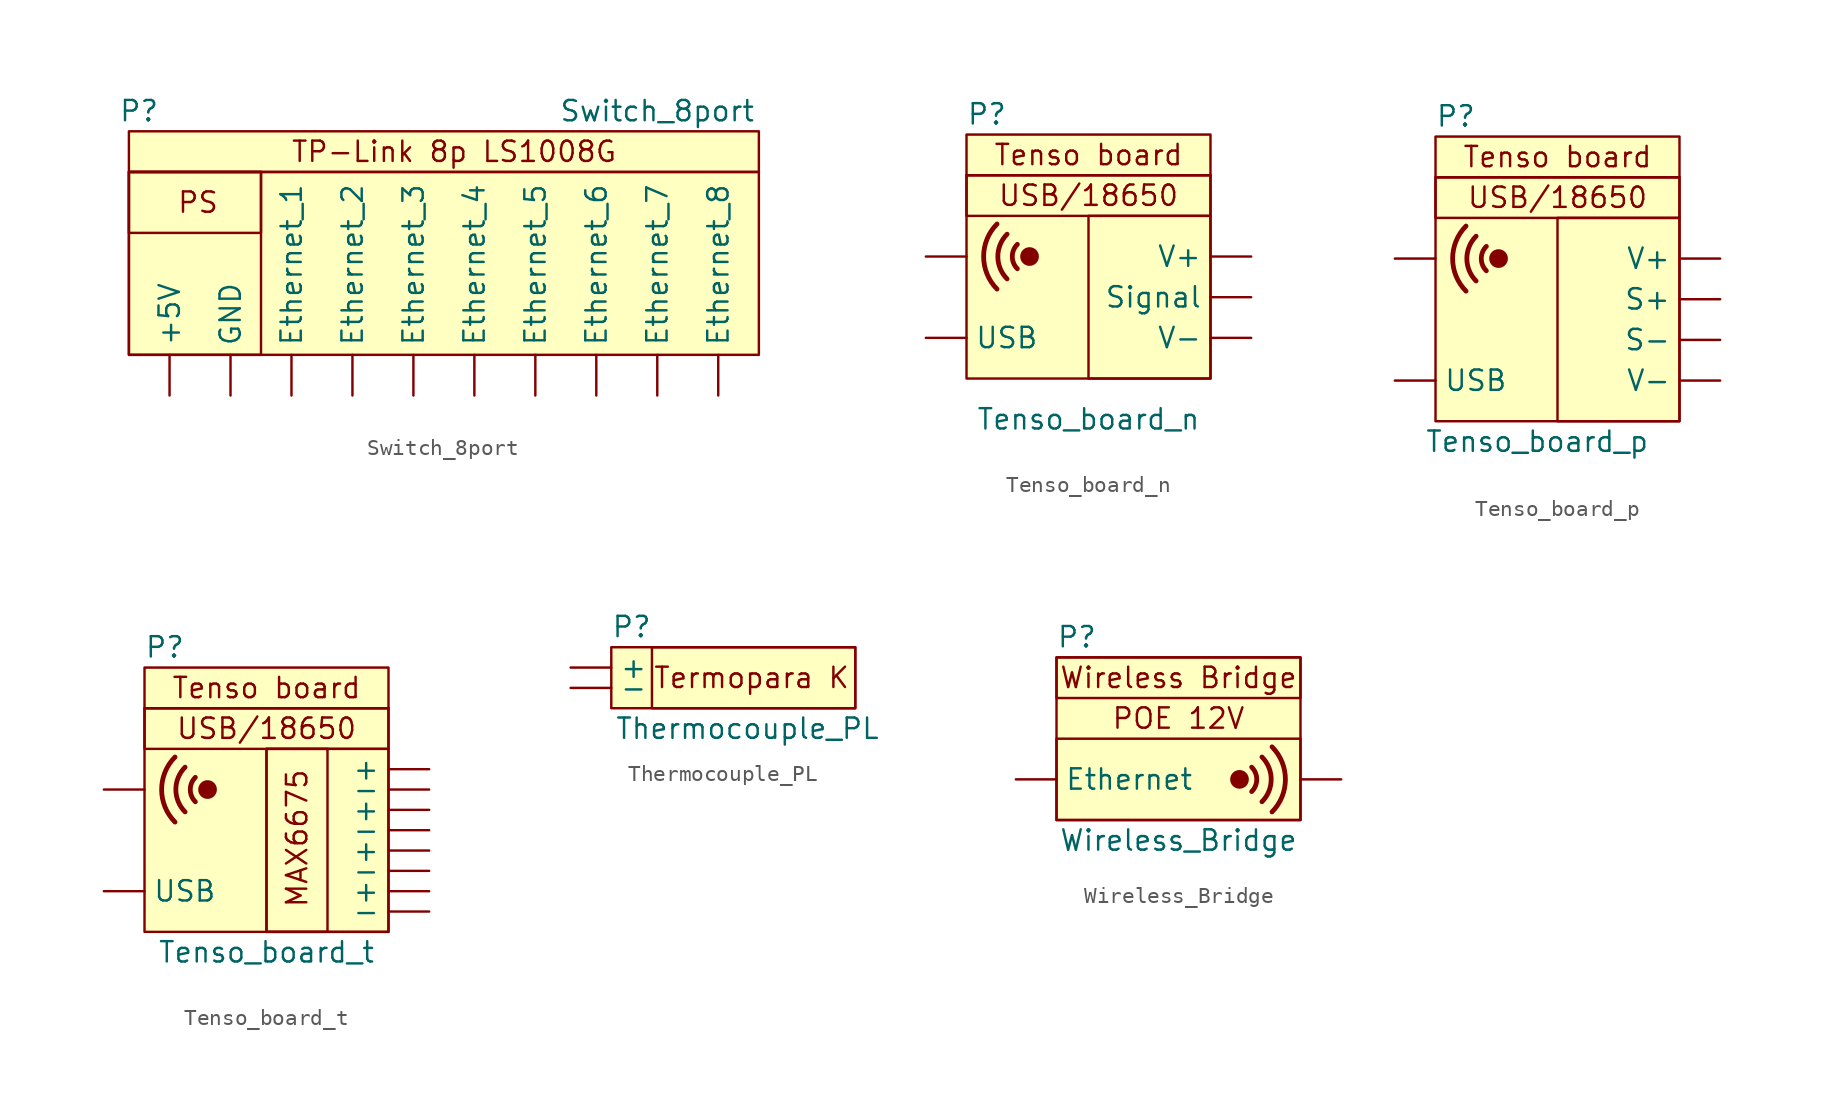
<source format=kicad_sym>
(kicad_symbol_lib
  (version 20211014)
  (generator kicad_symbol_editor)
  (symbol "Switch_8port"
    (property "Reference" "P"
      (at -20.955 15.24 0)
      (effects (font (size 1.27 1.27))))
    (property "Value" "Switch_8port"
      (at 11.43 15.24 0)
      (effects (font (size 1.27 1.27))))
    (symbol "Switch_8port_0_0"
      (rectangle (start -21.59 11.43) (end -13.335 7.62) (stroke (width 0) (type default) (color 0 0 0 0)) (fill (type none)))
      (rectangle (start -21.59 13.97) (end 17.78 11.43) (stroke (width 0) (type default) (color 0 0 0 0)) (fill (type background)))
      (text "PS" (at -17.272 9.525 0) (effects (font (size 1.27 1.27))))
      (text "TP-Link 8p LS1008G" (at -1.27 12.7 0) (effects (font (size 1.27 1.27)))))
    (symbol "Switch_8port_0_1"
      (rectangle (start -21.59 11.43) (end -13.335 0) (stroke (width 0) (type default) (color 0 0 0 0)) (fill (type none)))
      (rectangle (start -21.59 11.43) (end 17.78 0) (stroke (width 0) (type default) (color 0 0 0 0)) (fill (type background))))
    (symbol "Switch_8port_1_1"
      (pin power_in line (at -19.05 -2.54 90) (length 2.54) (name "+5V" (effects (font (size 1.27 1.27)))) (number "" (effects (font (size 1.27 1.27)))))
      (pin input line (at -11.43 -2.54 90) (length 2.54) (name "Ethernet_1" (effects (font (size 1.27 1.27)))) (number "" (effects (font (size 1.27 1.27)))))
      (pin input line (at -7.62 -2.54 90) (length 2.54) (name "Ethernet_2" (effects (font (size 1.27 1.27)))) (number "" (effects (font (size 1.27 1.27)))))
      (pin input line (at -3.81 -2.54 90) (length 2.54) (name "Ethernet_3" (effects (font (size 1.27 1.27)))) (number "" (effects (font (size 1.27 1.27)))))
      (pin input line (at 0 -2.54 90) (length 2.54) (name "Ethernet_4" (effects (font (size 1.27 1.27)))) (number "" (effects (font (size 1.27 1.27)))))
      (pin input line (at 3.81 -2.54 90) (length 2.54) (name "Ethernet_5" (effects (font (size 1.27 1.27)))) (number "" (effects (font (size 1.27 1.27)))))
      (pin input line (at 7.62 -2.54 90) (length 2.54) (name "Ethernet_6" (effects (font (size 1.27 1.27)))) (number "" (effects (font (size 1.27 1.27)))))
      (pin input line (at 11.43 -2.54 90) (length 2.54) (name "Ethernet_7" (effects (font (size 1.27 1.27)))) (number "" (effects (font (size 1.27 1.27)))))
      (pin input line (at 15.24 -2.54 90) (length 2.54) (name "Ethernet_8" (effects (font (size 1.27 1.27)))) (number "" (effects (font (size 1.27 1.27)))))
      (pin power_in line (at -15.24 -2.54 90) (length 2.54) (name "GND" (effects (font (size 1.27 1.27)))) (number "" (effects (font (size 1.27 1.27)))))))
  (symbol "Tenso_board_n"
    (property "Reference" "P"
      (at -3.81 11.43 0)
      (effects (font (size 1.27 1.27))))
    (property "Value" "Tenso_board_n"
      (at 2.54 -7.62 0)
      (effects (font (size 1.27 1.27))))
    (symbol "Tenso_board_n_0_0"
      (rectangle (start -5.08 7.62) (end 10.16 -5.08) (stroke (width 0) (type default) (color 0 0 0 0)) (fill (type background)))
      (arc (start -3.175 4.572) (mid -4.011 2.54) (end -3.175 0.508) (stroke (width 0.3) (type default) (color 0 0 0 0)) (fill (type none)))
      (arc (start -2.5463 3.937) (mid -3.1231 2.54) (end -2.5463 1.143) (stroke (width 0.3) (type default) (color 0 0 0 0)) (fill (type none)))
      (arc (start -1.905 3.302) (mid -2.2206 2.54) (end -1.905 1.778) (stroke (width 0.3) (type default) (color 0 0 0 0)) (fill (type none)))
      (circle (center -1.143 2.54) (radius 0.508) (stroke (width 0) (type default) (color 0 0 0 0)) (fill (type outline)))
      (text "Tenso board" (at 2.54 8.89 0) (effects (font (size 1.27 1.27))))
      (text "USB/18650" (at 2.54 6.35 0) (effects (font (size 1.27 1.27)))))
    (symbol "Tenso_board_n_0_1"
      (rectangle (start -5.08 7.62) (end 10.16 5.08) (stroke (width 0) (type default) (color 0 0 0 0)) (fill (type none)))
      (rectangle (start -5.08 10.16) (end 10.16 7.62) (stroke (width 0) (type default) (color 0 0 0 0)) (fill (type background)))
      (rectangle (start 2.54 5.08) (end 10.16 -5.08) (stroke (width 0) (type default) (color 0 0 0 0)) (fill (type none))))
    (symbol "Tenso_board_n_1_1"
      (pin input line (at 12.7 0 180) (length 2.54) (name "Signal" (effects (font (size 1.27 1.27)))) (number "" (effects (font (size 1.27 1.27)))))
      (pin input line (at -7.62 -2.54 0) (length 2.54) (name "USB" (effects (font (size 1.27 1.27)))) (number "" (effects (font (size 1.27 1.27)))))
      (pin input line (at 12.7 2.54 180) (length 2.54) (name "V+" (effects (font (size 1.27 1.27)))) (number "" (effects (font (size 1.27 1.27)))))
      (pin input line (at 12.7 -2.54 180) (length 2.54) (name "V-" (effects (font (size 1.27 1.27)))) (number "" (effects (font (size 1.27 1.27)))))
      (pin input line (at -7.62 2.54 0) (length 2.54) (name "~" (effects (font (size 1.27 1.27)))) (number "" (effects (font (size 1.27 1.27)))))))
  (symbol "Tenso_board_p"
    (property "Reference" "P"
      (at -6.35 8.89 0)
      (effects (font (size 1.27 1.27))))
    (property "Value" "Tenso_board_p"
      (at -1.27 -11.43 0)
      (effects (font (size 1.27 1.27))))
    (symbol "Tenso_board_p_0_0"
      (rectangle (start -7.62 5.08) (end 7.62 -10.16) (stroke (width 0) (type default) (color 0 0 0 0)) (fill (type background)))
      (arc (start -5.715 2.032) (mid -6.551 0) (end -5.715 -2.032) (stroke (width 0.3) (type default) (color 0 0 0 0)) (fill (type none)))
      (arc (start -5.0863 1.397) (mid -5.6631 0) (end -5.0863 -1.397) (stroke (width 0.3) (type default) (color 0 0 0 0)) (fill (type none)))
      (arc (start -4.445 0.762) (mid -4.7606 0) (end -4.445 -0.762) (stroke (width 0.3) (type default) (color 0 0 0 0)) (fill (type none)))
      (circle (center -3.683 0) (radius 0.508) (stroke (width 0) (type default) (color 0 0 0 0)) (fill (type outline)))
      (text "Tenso board" (at 0 6.35 0) (effects (font (size 1.27 1.27))))
      (text "USB/18650" (at 0 3.81 0) (effects (font (size 1.27 1.27)))))
    (symbol "Tenso_board_p_0_1"
      (rectangle (start -7.62 5.08) (end 7.62 2.54) (stroke (width 0) (type default) (color 0 0 0 0)) (fill (type none)))
      (rectangle (start -7.62 7.62) (end 7.62 5.08) (stroke (width 0) (type default) (color 0 0 0 0)) (fill (type background)))
      (rectangle (start 0 2.54) (end 7.62 -10.16) (stroke (width 0) (type default) (color 0 0 0 0)) (fill (type none))))
    (symbol "Tenso_board_p_1_1"
      (pin input line (at 10.16 -2.54 180) (length 2.54) (name "S+" (effects (font (size 1.27 1.27)))) (number "" (effects (font (size 1.27 1.27)))))
      (pin input line (at 10.16 -5.08 180) (length 2.54) (name "S-" (effects (font (size 1.27 1.27)))) (number "" (effects (font (size 1.27 1.27)))))
      (pin input line (at -10.16 -7.62 0) (length 2.54) (name "USB" (effects (font (size 1.27 1.27)))) (number "" (effects (font (size 1.27 1.27)))))
      (pin input line (at 10.16 0 180) (length 2.54) (name "V+" (effects (font (size 1.27 1.27)))) (number "" (effects (font (size 1.27 1.27)))))
      (pin input line (at 10.16 -7.62 180) (length 2.54) (name "V-" (effects (font (size 1.27 1.27)))) (number "" (effects (font (size 1.27 1.27)))))
      (pin input line (at -10.16 0 0) (length 2.54) (name "~" (effects (font (size 1.27 1.27)))) (number "" (effects (font (size 1.27 1.27)))))))
  (symbol "Tenso_board_t"
    (property "Reference" "P"
      (at -6.35 8.89 0)
      (effects (font (size 1.27 1.27))))
    (property "Value" "Tenso_board_t"
      (at 0 -10.16 0)
      (effects (font (size 1.27 1.27))))
    (symbol "Tenso_board_t_0_0"
      (rectangle (start -7.62 5.08) (end 7.62 -8.89) (stroke (width 0) (type default) (color 0 0 0 0)) (fill (type background)))
      (arc (start -5.715 2.032) (mid -6.551 0) (end -5.715 -2.032) (stroke (width 0.3) (type default) (color 0 0 0 0)) (fill (type none)))
      (arc (start -5.0863 1.397) (mid -5.6631 0) (end -5.0863 -1.397) (stroke (width 0.3) (type default) (color 0 0 0 0)) (fill (type none)))
      (arc (start -4.445 0.762) (mid -4.7606 0) (end -4.445 -0.762) (stroke (width 0.3) (type default) (color 0 0 0 0)) (fill (type none)))
      (circle (center -3.683 0) (radius 0.508) (stroke (width 0) (type default) (color 0 0 0 0)) (fill (type outline)))
      (rectangle (start 0 -8.89) (end 3.81 2.54) (stroke (width 0) (type default) (color 0 0 0 0)) (fill (type none)))
      (text "MAX6675" (at 1.905 -3.048 900) (effects (font (size 1.27 1.27))))
      (text "Tenso board" (at 0 6.35 0) (effects (font (size 1.27 1.27))))
      (text "USB/18650" (at 0 3.81 0) (effects (font (size 1.27 1.27)))))
    (symbol "Tenso_board_t_0_1"
      (rectangle (start -7.62 5.08) (end 7.62 2.54) (stroke (width 0) (type default) (color 0 0 0 0)) (fill (type none)))
      (rectangle (start -7.62 7.62) (end 7.62 5.08) (stroke (width 0) (type default) (color 0 0 0 0)) (fill (type background)))
      (rectangle (start 0 2.54) (end 7.62 -8.89) (stroke (width 0) (type default) (color 0 0 0 0)) (fill (type none))))
    (symbol "Tenso_board_t_1_1"
      (pin input line (at 10.16 -6.35 180) (length 2.54) (name "+" (effects (font (size 1.27 1.27)))) (number "" (effects (font (size 1.27 1.27)))))
      (pin input line (at 10.16 -3.81 180) (length 2.54) (name "+" (effects (font (size 1.27 1.27)))) (number "" (effects (font (size 1.27 1.27)))))
      (pin input line (at 10.16 -1.27 180) (length 2.54) (name "+" (effects (font (size 1.27 1.27)))) (number "" (effects (font (size 1.27 1.27)))))
      (pin input line (at 10.16 1.27 180) (length 2.54) (name "+" (effects (font (size 1.27 1.27)))) (number "" (effects (font (size 1.27 1.27)))))
      (pin input line (at 10.16 -7.62 180) (length 2.54) (name "-" (effects (font (size 1.27 1.27)))) (number "" (effects (font (size 1.27 1.27)))))
      (pin input line (at 10.16 -5.08 180) (length 2.54) (name "-" (effects (font (size 1.27 1.27)))) (number "" (effects (font (size 1.27 1.27)))))
      (pin input line (at 10.16 -2.54 180) (length 2.54) (name "-" (effects (font (size 1.27 1.27)))) (number "" (effects (font (size 1.27 1.27)))))
      (pin input line (at 10.16 0 180) (length 2.54) (name "-" (effects (font (size 1.27 1.27)))) (number "" (effects (font (size 1.27 1.27)))))
      (pin input line (at -10.16 -6.35 0) (length 2.54) (name "USB" (effects (font (size 1.27 1.27)))) (number "" (effects (font (size 1.27 1.27)))))
      (pin input line (at -10.16 0 0) (length 2.54) (name "~" (effects (font (size 1.27 1.27)))) (number "" (effects (font (size 1.27 1.27)))))))
  (symbol "Thermocouple_PL"
    (property "Reference" "P"
      (at -6.35 3.81 0)
      (effects (font (size 1.27 1.27))))
    (property "Value" "Thermocouple_PL"
      (at 0.889 -2.54 0)
      (effects (font (size 1.27 1.27))))
    (symbol "Thermocouple_PL_0_0"
      (rectangle (start -7.62 2.54) (end 7.62 -1.27) (stroke (width 0) (type default) (color 0 0 0 0)) (fill (type background)))
      (rectangle (start -5.08 2.54) (end 7.62 -1.27) (stroke (width 0) (type default) (color 0 0 0 0)) (fill (type none)))
      (text "Termopara K" (at 1.143 0.635 0) (effects (font (size 1.27 1.27)))))
    (symbol "Thermocouple_PL_1_1"
      (pin input line (at -10.16 1.27 0) (length 2.54) (name "+" (effects (font (size 1.27 1.27)))) (number "" (effects (font (size 1.27 1.27)))))
      (pin input line (at -10.16 0 0) (length 2.54) (name "-" (effects (font (size 1.27 1.27)))) (number "" (effects (font (size 1.27 1.27)))))))
  (symbol "Wireless_Bridge"
    (property "Reference" "P"
      (at -6.35 8.89 0)
      (effects (font (size 1.27 1.27))))
    (property "Value" "Wireless_Bridge"
      (at 0 -3.81 0)
      (effects (font (size 1.27 1.27))))
    (symbol "Wireless_Bridge_0_0"
      (rectangle (start -7.62 7.62) (end 7.62 -2.54) (stroke (width 0) (type default) (color 0 0 0 0)) (fill (type background)))
      (rectangle (start -7.62 7.62) (end 7.62 5.08) (stroke (width 0) (type default) (color 0 0 0 0)) (fill (type none)))
      (circle (center 3.81 0) (radius 0.508) (stroke (width 0) (type default) (color 0 0 0 0)) (fill (type outline)))
      (arc (start 4.572 -0.762) (mid 4.8876 0) (end 4.572 0.762) (stroke (width 0.3) (type default) (color 0 0 0 0)) (fill (type none)))
      (arc (start 5.2133 -1.397) (mid 5.7901 0) (end 5.2133 1.397) (stroke (width 0.3) (type default) (color 0 0 0 0)) (fill (type none)))
      (arc (start 5.842 -2.032) (mid 6.678 0) (end 5.842 2.032) (stroke (width 0.3) (type default) (color 0 0 0 0)) (fill (type none)))
      (text "POE 12V" (at 0 3.81 0) (effects (font (size 1.27 1.27))))
      (text "Wireless Bridge" (at 0 6.35 0) (effects (font (size 1.27 1.27)))))
    (symbol "Wireless_Bridge_0_1"
      (rectangle (start 7.62 -2.54) (end -7.62 2.54) (stroke (width 0) (type default) (color 0 0 0 0)) (fill (type none))))
    (symbol "Wireless_Bridge_1_1"
      (pin input line (at -10.16 0 0) (length 2.54) (name "Ethernet" (effects (font (size 1.27 1.27)))) (number "" (effects (font (size 1.27 1.27)))))
      (pin input line (at 10.16 0 180) (length 2.54) (name "~" (effects (font (size 1.27 1.27)))) (number "" (effects (font (size 1.27 1.27))))))))
</source>
